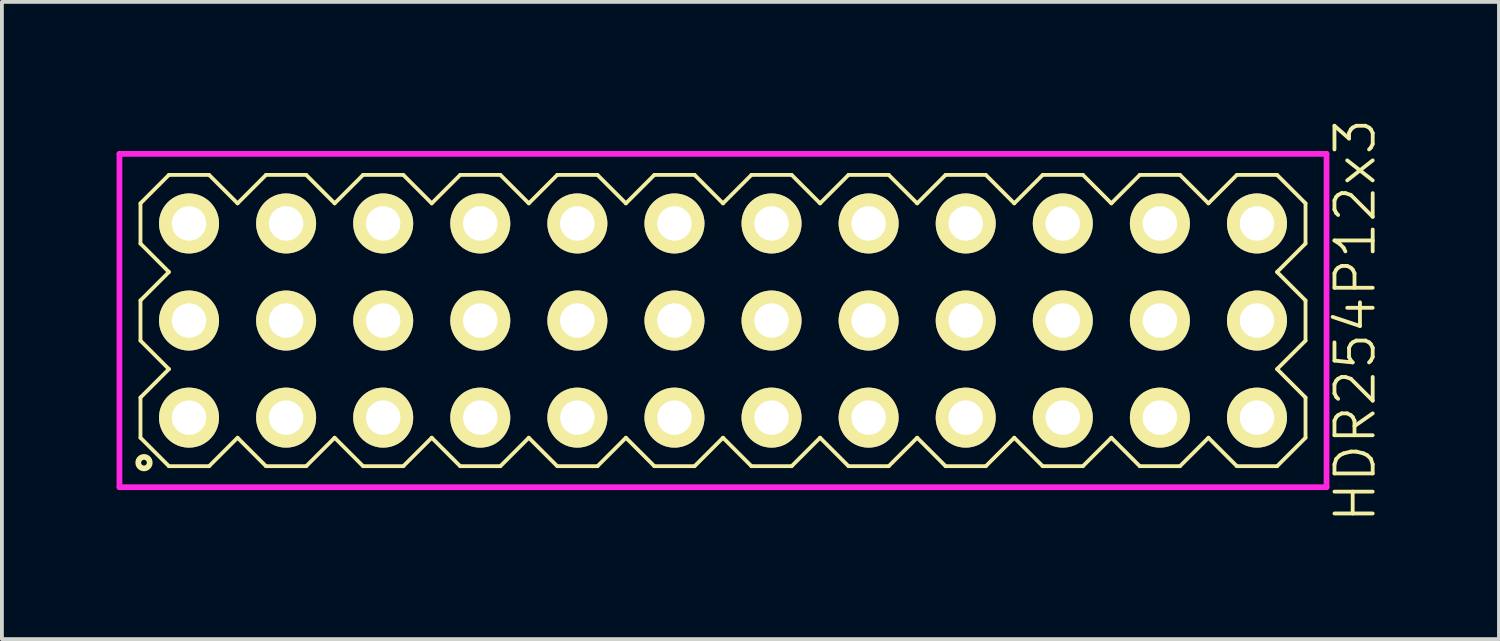
<source format=kicad_pcb>
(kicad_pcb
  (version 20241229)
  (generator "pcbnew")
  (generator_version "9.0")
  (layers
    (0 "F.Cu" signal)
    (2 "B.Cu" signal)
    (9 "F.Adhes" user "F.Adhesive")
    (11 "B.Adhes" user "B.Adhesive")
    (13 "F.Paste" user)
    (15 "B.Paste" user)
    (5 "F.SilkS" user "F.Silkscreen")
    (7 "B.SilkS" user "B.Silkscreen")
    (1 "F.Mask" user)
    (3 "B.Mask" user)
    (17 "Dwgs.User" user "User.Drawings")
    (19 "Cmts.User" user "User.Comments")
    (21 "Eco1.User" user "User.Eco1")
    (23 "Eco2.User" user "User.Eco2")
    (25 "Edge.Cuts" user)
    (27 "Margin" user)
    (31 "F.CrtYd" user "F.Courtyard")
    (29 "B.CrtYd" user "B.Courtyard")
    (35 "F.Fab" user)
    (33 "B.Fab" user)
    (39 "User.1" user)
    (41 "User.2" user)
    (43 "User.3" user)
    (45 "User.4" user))
  (footprint "HDR254P12x3"
    (layer "F.Cu")
    (at 15.865 5.336)
    (property "Reference" "HDR254P12x3" (at 16.54 0 90) (layer "F.SilkS") (effects (font (size 1 1) (thickness 0.1))))
    (attr through_hole)
    (fp_line (start -15.24 -3.066) (end -14.496 -3.81) (stroke (width 0.1) (type solid)) (layer "F.SilkS"))
    (fp_line (start -15.24 -2.014) (end -15.24 -3.066) (stroke (width 0.1) (type solid)) (layer "F.SilkS"))
    (fp_line (start -15.24 -0.526) (end -14.496 -1.27) (stroke (width 0.1) (type solid)) (layer "F.SilkS"))
    (fp_line (start -15.24 0.526) (end -15.24 -0.526) (stroke (width 0.1) (type solid)) (layer "F.SilkS"))
    (fp_line (start -15.24 2.014) (end -14.496 1.27) (stroke (width 0.1) (type solid)) (layer "F.SilkS"))
    (fp_line (start -15.24 3.066) (end -15.24 2.014) (stroke (width 0.1) (type solid)) (layer "F.SilkS"))
    (fp_line (start -14.496 -3.81) (end -13.444 -3.81) (stroke (width 0.1) (type solid)) (layer "F.SilkS"))
    (fp_line (start -14.496 -1.27) (end -15.24 -2.014) (stroke (width 0.1) (type solid)) (layer "F.SilkS"))
    (fp_line (start -14.496 1.27) (end -15.24 0.526) (stroke (width 0.1) (type solid)) (layer "F.SilkS"))
    (fp_line (start -14.496 3.81) (end -15.24 3.066) (stroke (width 0.1) (type solid)) (layer "F.SilkS"))
    (fp_line (start -13.444 -3.81) (end -12.7 -3.066) (stroke (width 0.1) (type solid)) (layer "F.SilkS"))
    (fp_line (start -13.444 3.81) (end -14.496 3.81) (stroke (width 0.1) (type solid)) (layer "F.SilkS"))
    (fp_line (start -12.7 -3.066) (end -11.956 -3.81) (stroke (width 0.1) (type solid)) (layer "F.SilkS"))
    (fp_line (start -12.7 3.066) (end -13.444 3.81) (stroke (width 0.1) (type solid)) (layer "F.SilkS"))
    (fp_line (start -11.956 -3.81) (end -10.904 -3.81) (stroke (width 0.1) (type solid)) (layer "F.SilkS"))
    (fp_line (start -11.956 3.81) (end -12.7 3.066) (stroke (width 0.1) (type solid)) (layer "F.SilkS"))
    (fp_line (start -10.904 -3.81) (end -10.16 -3.066) (stroke (width 0.1) (type solid)) (layer "F.SilkS"))
    (fp_line (start -10.904 3.81) (end -11.956 3.81) (stroke (width 0.1) (type solid)) (layer "F.SilkS"))
    (fp_line (start -10.16 -3.066) (end -9.416 -3.81) (stroke (width 0.1) (type solid)) (layer "F.SilkS"))
    (fp_line (start -10.16 3.066) (end -10.904 3.81) (stroke (width 0.1) (type solid)) (layer "F.SilkS"))
    (fp_line (start -9.416 -3.81) (end -8.364 -3.81) (stroke (width 0.1) (type solid)) (layer "F.SilkS"))
    (fp_line (start -9.416 3.81) (end -10.16 3.066) (stroke (width 0.1) (type solid)) (layer "F.SilkS"))
    (fp_line (start -8.364 -3.81) (end -7.62 -3.066) (stroke (width 0.1) (type solid)) (layer "F.SilkS"))
    (fp_line (start -8.364 3.81) (end -9.416 3.81) (stroke (width 0.1) (type solid)) (layer "F.SilkS"))
    (fp_line (start -7.62 -3.066) (end -6.876 -3.81) (stroke (width 0.1) (type solid)) (layer "F.SilkS"))
    (fp_line (start -7.62 3.066) (end -8.364 3.81) (stroke (width 0.1) (type solid)) (layer "F.SilkS"))
    (fp_line (start -6.876 -3.81) (end -5.824 -3.81) (stroke (width 0.1) (type solid)) (layer "F.SilkS"))
    (fp_line (start -6.876 3.81) (end -7.62 3.066) (stroke (width 0.1) (type solid)) (layer "F.SilkS"))
    (fp_line (start -5.824 -3.81) (end -5.08 -3.066) (stroke (width 0.1) (type solid)) (layer "F.SilkS"))
    (fp_line (start -5.824 3.81) (end -6.876 3.81) (stroke (width 0.1) (type solid)) (layer "F.SilkS"))
    (fp_line (start -5.08 -3.066) (end -4.336 -3.81) (stroke (width 0.1) (type solid)) (layer "F.SilkS"))
    (fp_line (start -5.08 3.066) (end -5.824 3.81) (stroke (width 0.1) (type solid)) (layer "F.SilkS"))
    (fp_line (start -4.336 -3.81) (end -3.284 -3.81) (stroke (width 0.1) (type solid)) (layer "F.SilkS"))
    (fp_line (start -4.336 3.81) (end -5.08 3.066) (stroke (width 0.1) (type solid)) (layer "F.SilkS"))
    (fp_line (start -3.284 -3.81) (end -2.54 -3.066) (stroke (width 0.1) (type solid)) (layer "F.SilkS"))
    (fp_line (start -3.284 3.81) (end -4.336 3.81) (stroke (width 0.1) (type solid)) (layer "F.SilkS"))
    (fp_line (start -2.54 -3.066) (end -1.796 -3.81) (stroke (width 0.1) (type solid)) (layer "F.SilkS"))
    (fp_line (start -2.54 3.066) (end -3.284 3.81) (stroke (width 0.1) (type solid)) (layer "F.SilkS"))
    (fp_line (start -1.796 -3.81) (end -0.744 -3.81) (stroke (width 0.1) (type solid)) (layer "F.SilkS"))
    (fp_line (start -1.796 3.81) (end -2.54 3.066) (stroke (width 0.1) (type solid)) (layer "F.SilkS"))
    (fp_line (start -0.744 -3.81) (end 0 -3.066) (stroke (width 0.1) (type solid)) (layer "F.SilkS"))
    (fp_line (start -0.744 3.81) (end -1.796 3.81) (stroke (width 0.1) (type solid)) (layer "F.SilkS"))
    (fp_line (start 0 -3.066) (end 0.744 -3.81) (stroke (width 0.1) (type solid)) (layer "F.SilkS"))
    (fp_line (start 0 3.066) (end -0.744 3.81) (stroke (width 0.1) (type solid)) (layer "F.SilkS"))
    (fp_line (start 0.744 -3.81) (end 1.796 -3.81) (stroke (width 0.1) (type solid)) (layer "F.SilkS"))
    (fp_line (start 0.744 3.81) (end 0 3.066) (stroke (width 0.1) (type solid)) (layer "F.SilkS"))
    (fp_line (start 1.796 -3.81) (end 2.54 -3.066) (stroke (width 0.1) (type solid)) (layer "F.SilkS"))
    (fp_line (start 1.796 3.81) (end 0.744 3.81) (stroke (width 0.1) (type solid)) (layer "F.SilkS"))
    (fp_line (start 2.54 -3.066) (end 3.284 -3.81) (stroke (width 0.1) (type solid)) (layer "F.SilkS"))
    (fp_line (start 2.54 3.066) (end 1.796 3.81) (stroke (width 0.1) (type solid)) (layer "F.SilkS"))
    (fp_line (start 3.284 -3.81) (end 4.336 -3.81) (stroke (width 0.1) (type solid)) (layer "F.SilkS"))
    (fp_line (start 3.284 3.81) (end 2.54 3.066) (stroke (width 0.1) (type solid)) (layer "F.SilkS"))
    (fp_line (start 4.336 -3.81) (end 5.08 -3.066) (stroke (width 0.1) (type solid)) (layer "F.SilkS"))
    (fp_line (start 4.336 3.81) (end 3.284 3.81) (stroke (width 0.1) (type solid)) (layer "F.SilkS"))
    (fp_line (start 5.08 -3.066) (end 5.824 -3.81) (stroke (width 0.1) (type solid)) (layer "F.SilkS"))
    (fp_line (start 5.08 3.066) (end 4.336 3.81) (stroke (width 0.1) (type solid)) (layer "F.SilkS"))
    (fp_line (start 5.824 -3.81) (end 6.876 -3.81) (stroke (width 0.1) (type solid)) (layer "F.SilkS"))
    (fp_line (start 5.824 3.81) (end 5.08 3.066) (stroke (width 0.1) (type solid)) (layer "F.SilkS"))
    (fp_line (start 6.876 -3.81) (end 7.62 -3.066) (stroke (width 0.1) (type solid)) (layer "F.SilkS"))
    (fp_line (start 6.876 3.81) (end 5.824 3.81) (stroke (width 0.1) (type solid)) (layer "F.SilkS"))
    (fp_line (start 7.62 -3.066) (end 8.364 -3.81) (stroke (width 0.1) (type solid)) (layer "F.SilkS"))
    (fp_line (start 7.62 3.066) (end 6.876 3.81) (stroke (width 0.1) (type solid)) (layer "F.SilkS"))
    (fp_line (start 8.364 -3.81) (end 9.416 -3.81) (stroke (width 0.1) (type solid)) (layer "F.SilkS"))
    (fp_line (start 8.364 3.81) (end 7.62 3.066) (stroke (width 0.1) (type solid)) (layer "F.SilkS"))
    (fp_line (start 9.416 -3.81) (end 10.16 -3.066) (stroke (width 0.1) (type solid)) (layer "F.SilkS"))
    (fp_line (start 9.416 3.81) (end 8.364 3.81) (stroke (width 0.1) (type solid)) (layer "F.SilkS"))
    (fp_line (start 10.16 -3.066) (end 10.904 -3.81) (stroke (width 0.1) (type solid)) (layer "F.SilkS"))
    (fp_line (start 10.16 3.066) (end 9.416 3.81) (stroke (width 0.1) (type solid)) (layer "F.SilkS"))
    (fp_line (start 10.904 -3.81) (end 11.956 -3.81) (stroke (width 0.1) (type solid)) (layer "F.SilkS"))
    (fp_line (start 10.904 3.81) (end 10.16 3.066) (stroke (width 0.1) (type solid)) (layer "F.SilkS"))
    (fp_line (start 11.956 -3.81) (end 12.7 -3.066) (stroke (width 0.1) (type solid)) (layer "F.SilkS"))
    (fp_line (start 11.956 3.81) (end 10.904 3.81) (stroke (width 0.1) (type solid)) (layer "F.SilkS"))
    (fp_line (start 12.7 -3.066) (end 13.444 -3.81) (stroke (width 0.1) (type solid)) (layer "F.SilkS"))
    (fp_line (start 12.7 3.066) (end 11.956 3.81) (stroke (width 0.1) (type solid)) (layer "F.SilkS"))
    (fp_line (start 13.444 -3.81) (end 14.496 -3.81) (stroke (width 0.1) (type solid)) (layer "F.SilkS"))
    (fp_line (start 13.444 3.81) (end 12.7 3.066) (stroke (width 0.1) (type solid)) (layer "F.SilkS"))
    (fp_line (start 14.496 -3.81) (end 15.24 -3.066) (stroke (width 0.1) (type solid)) (layer "F.SilkS"))
    (fp_line (start 14.496 -1.27) (end 15.24 -0.526) (stroke (width 0.1) (type solid)) (layer "F.SilkS"))
    (fp_line (start 14.496 1.27) (end 15.24 2.014) (stroke (width 0.1) (type solid)) (layer "F.SilkS"))
    (fp_line (start 14.496 3.81) (end 13.444 3.81) (stroke (width 0.1) (type solid)) (layer "F.SilkS"))
    (fp_line (start 15.24 -3.066) (end 15.24 -2.014) (stroke (width 0.1) (type solid)) (layer "F.SilkS"))
    (fp_line (start 15.24 -2.014) (end 14.496 -1.27) (stroke (width 0.1) (type solid)) (layer "F.SilkS"))
    (fp_line (start 15.24 -0.526) (end 15.24 0.526) (stroke (width 0.1) (type solid)) (layer "F.SilkS"))
    (fp_line (start 15.24 0.526) (end 14.496 1.27) (stroke (width 0.1) (type solid)) (layer "F.SilkS"))
    (fp_line (start 15.24 2.014) (end 15.24 3.066) (stroke (width 0.1) (type solid)) (layer "F.SilkS"))
    (fp_line (start 15.24 3.066) (end 14.496 3.81) (stroke (width 0.1) (type solid)) (layer "F.SilkS"))
    (fp_circle (center -15.148 3.718) (end -14.998 3.718) (stroke (width 0.15) (type solid)) (fill no) (layer "F.SilkS"))
    (fp_line (start -15.79 -4.36) (end -15.79 4.36) (stroke (width 0.15) (type solid)) (layer "F.CrtYd"))
    (fp_line (start -15.79 4.36) (end 15.79 4.36) (stroke (width 0.15) (type solid)) (layer "F.CrtYd"))
    (fp_line (start 15.79 -4.36) (end -15.79 -4.36) (stroke (width 0.15) (type solid)) (layer "F.CrtYd"))
    (fp_line (start 15.79 4.36) (end 15.79 -4.36) (stroke (width 0.15) (type solid)) (layer "F.CrtYd"))
    (pad "1" thru_hole oval (at -13.97 2.54) (size 1.57 1.57) (drill 0.9) (layers "*.Cu" "*.Mask" "F.SilkS"))
    (pad "2" thru_hole oval (at -13.97 0) (size 1.57 1.57) (drill 0.9) (layers "*.Cu" "*.Mask" "F.SilkS"))
    (pad "3" thru_hole oval (at -13.97 -2.54) (size 1.57 1.57) (drill 0.9) (layers "*.Cu" "*.Mask" "F.SilkS"))
    (pad "4" thru_hole oval (at -11.43 2.54) (size 1.57 1.57) (drill 0.9) (layers "*.Cu" "*.Mask" "F.SilkS"))
    (pad "5" thru_hole oval (at -11.43 0) (size 1.57 1.57) (drill 0.9) (layers "*.Cu" "*.Mask" "F.SilkS"))
    (pad "6" thru_hole oval (at -11.43 -2.54) (size 1.57 1.57) (drill 0.9) (layers "*.Cu" "*.Mask" "F.SilkS"))
    (pad "7" thru_hole oval (at -8.89 2.54) (size 1.57 1.57) (drill 0.9) (layers "*.Cu" "*.Mask" "F.SilkS"))
    (pad "8" thru_hole oval (at -8.89 0) (size 1.57 1.57) (drill 0.9) (layers "*.Cu" "*.Mask" "F.SilkS"))
    (pad "9" thru_hole oval (at -8.89 -2.54) (size 1.57 1.57) (drill 0.9) (layers "*.Cu" "*.Mask" "F.SilkS"))
    (pad "10" thru_hole oval (at -6.35 2.54) (size 1.57 1.57) (drill 0.9) (layers "*.Cu" "*.Mask" "F.SilkS"))
    (pad "11" thru_hole oval (at -6.35 0) (size 1.57 1.57) (drill 0.9) (layers "*.Cu" "*.Mask" "F.SilkS"))
    (pad "12" thru_hole oval (at -6.35 -2.54) (size 1.57 1.57) (drill 0.9) (layers "*.Cu" "*.Mask" "F.SilkS"))
    (pad "13" thru_hole oval (at -3.81 2.54) (size 1.57 1.57) (drill 0.9) (layers "*.Cu" "*.Mask" "F.SilkS"))
    (pad "14" thru_hole oval (at -3.81 0) (size 1.57 1.57) (drill 0.9) (layers "*.Cu" "*.Mask" "F.SilkS"))
    (pad "15" thru_hole oval (at -3.81 -2.54) (size 1.57 1.57) (drill 0.9) (layers "*.Cu" "*.Mask" "F.SilkS"))
    (pad "16" thru_hole oval (at -1.27 2.54) (size 1.57 1.57) (drill 0.9) (layers "*.Cu" "*.Mask" "F.SilkS"))
    (pad "17" thru_hole oval (at -1.27 0) (size 1.57 1.57) (drill 0.9) (layers "*.Cu" "*.Mask" "F.SilkS"))
    (pad "18" thru_hole oval (at -1.27 -2.54) (size 1.57 1.57) (drill 0.9) (layers "*.Cu" "*.Mask" "F.SilkS"))
    (pad "19" thru_hole oval (at 1.27 2.54) (size 1.57 1.57) (drill 0.9) (layers "*.Cu" "*.Mask" "F.SilkS"))
    (pad "20" thru_hole oval (at 1.27 0) (size 1.57 1.57) (drill 0.9) (layers "*.Cu" "*.Mask" "F.SilkS"))
    (pad "21" thru_hole oval (at 1.27 -2.54) (size 1.57 1.57) (drill 0.9) (layers "*.Cu" "*.Mask" "F.SilkS"))
    (pad "22" thru_hole oval (at 3.81 2.54) (size 1.57 1.57) (drill 0.9) (layers "*.Cu" "*.Mask" "F.SilkS"))
    (pad "23" thru_hole oval (at 3.81 0) (size 1.57 1.57) (drill 0.9) (layers "*.Cu" "*.Mask" "F.SilkS"))
    (pad "24" thru_hole oval (at 3.81 -2.54) (size 1.57 1.57) (drill 0.9) (layers "*.Cu" "*.Mask" "F.SilkS"))
    (pad "25" thru_hole oval (at 6.35 2.54) (size 1.57 1.57) (drill 0.9) (layers "*.Cu" "*.Mask" "F.SilkS"))
    (pad "26" thru_hole oval (at 6.35 0) (size 1.57 1.57) (drill 0.9) (layers "*.Cu" "*.Mask" "F.SilkS"))
    (pad "27" thru_hole oval (at 6.35 -2.54) (size 1.57 1.57) (drill 0.9) (layers "*.Cu" "*.Mask" "F.SilkS"))
    (pad "28" thru_hole oval (at 8.89 2.54) (size 1.57 1.57) (drill 0.9) (layers "*.Cu" "*.Mask" "F.SilkS"))
    (pad "29" thru_hole oval (at 8.89 0) (size 1.57 1.57) (drill 0.9) (layers "*.Cu" "*.Mask" "F.SilkS"))
    (pad "30" thru_hole oval (at 8.89 -2.54) (size 1.57 1.57) (drill 0.9) (layers "*.Cu" "*.Mask" "F.SilkS"))
    (pad "31" thru_hole oval (at 11.43 2.54) (size 1.57 1.57) (drill 0.9) (layers "*.Cu" "*.Mask" "F.SilkS"))
    (pad "32" thru_hole oval (at 11.43 0) (size 1.57 1.57) (drill 0.9) (layers "*.Cu" "*.Mask" "F.SilkS"))
    (pad "33" thru_hole oval (at 11.43 -2.54) (size 1.57 1.57) (drill 0.9) (layers "*.Cu" "*.Mask" "F.SilkS"))
    (pad "34" thru_hole oval (at 13.97 2.54) (size 1.57 1.57) (drill 0.9) (layers "*.Cu" "*.Mask" "F.SilkS"))
    (pad "35" thru_hole oval (at 13.97 0) (size 1.57 1.57) (drill 0.9) (layers "*.Cu" "*.Mask" "F.SilkS"))
    (pad "36" thru_hole oval (at 13.97 -2.54) (size 1.57 1.57) (drill 0.9) (layers "*.Cu" "*.Mask" "F.SilkS")))
  (gr_rect
    (start -3 -3)
    (end 36.166 13.671)
    (stroke (width 0.1) (type default))
    (fill no)
    (layer "Edge.Cuts")))
</source>
